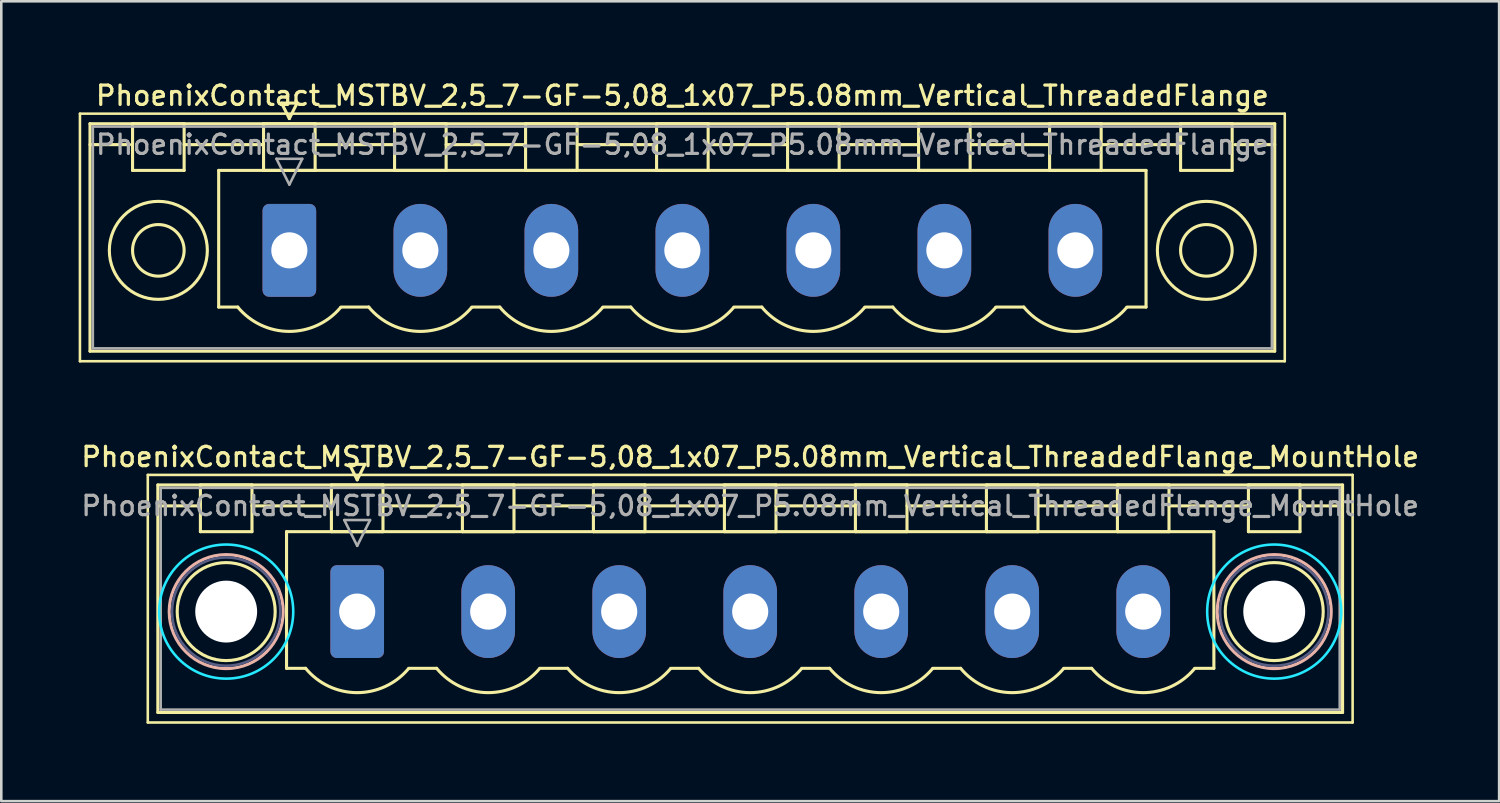
<source format=kicad_pcb>
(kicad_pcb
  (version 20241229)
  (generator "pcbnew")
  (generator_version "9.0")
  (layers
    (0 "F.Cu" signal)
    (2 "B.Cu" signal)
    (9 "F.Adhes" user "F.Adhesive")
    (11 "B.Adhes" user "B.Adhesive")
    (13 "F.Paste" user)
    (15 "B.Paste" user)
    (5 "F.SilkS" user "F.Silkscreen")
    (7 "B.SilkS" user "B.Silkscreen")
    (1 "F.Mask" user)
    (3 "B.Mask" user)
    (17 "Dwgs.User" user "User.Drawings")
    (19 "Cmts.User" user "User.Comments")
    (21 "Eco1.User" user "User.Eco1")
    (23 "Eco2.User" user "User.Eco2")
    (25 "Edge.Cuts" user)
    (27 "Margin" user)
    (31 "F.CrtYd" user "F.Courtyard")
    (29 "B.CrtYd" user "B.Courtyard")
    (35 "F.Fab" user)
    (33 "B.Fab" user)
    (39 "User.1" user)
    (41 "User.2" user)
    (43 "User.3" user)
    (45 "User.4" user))
  (footprint "PhoenixContact_MSTBV_2,5_7-GF-5,08_1x07_P5.08mm_Vertical_ThreadedFlange"
    (layer "F.Cu")
    (at 8.17 6.658)
    (property "Reference" "PhoenixContact_MSTBV_2,5_7-GF-5,08_1x07_P5.08mm_Vertical_ThreadedFlange" (at 15.24 -6 0) (layer "F.SilkS") (effects (font (size 0.75 0.75) (thickness 0.125))))
    (attr through_hole)
    (fp_line (start -8.12 -5.3) (end -8.12 4.3) (stroke (width 0.1) (type solid)) (layer "F.SilkS"))
    (fp_line (start -8.12 4.3) (end 38.6 4.3) (stroke (width 0.1) (type solid)) (layer "F.SilkS"))
    (fp_line (start -7.73 -4.91) (end -7.73 3.91) (stroke (width 0.12) (type solid)) (layer "F.SilkS"))
    (fp_line (start -7.73 -4.1) (end -6.19 -4.1) (stroke (width 0.12) (type solid)) (layer "F.SilkS"))
    (fp_line (start -7.73 3.91) (end 38.21 3.91) (stroke (width 0.12) (type solid)) (layer "F.SilkS"))
    (fp_line (start -6.08 -4.91) (end -4.08 -4.91) (stroke (width 0.12) (type solid)) (layer "F.SilkS"))
    (fp_line (start -6.08 -3.1) (end -6.08 -4.91) (stroke (width 0.12) (type solid)) (layer "F.SilkS"))
    (fp_line (start -4.08 -4.91) (end -4.08 -3.1) (stroke (width 0.12) (type solid)) (layer "F.SilkS"))
    (fp_line (start -4.08 -4.1) (end -1 -4.1) (stroke (width 0.12) (type solid)) (layer "F.SilkS"))
    (fp_line (start -4.08 -3.1) (end -6.08 -3.1) (stroke (width 0.12) (type solid)) (layer "F.SilkS"))
    (fp_line (start -2.74 -3.1) (end 33.22 -3.1) (stroke (width 0.12) (type solid)) (layer "F.SilkS"))
    (fp_line (start -2.74 2.2) (end -2.74 -3.1) (stroke (width 0.12) (type solid)) (layer "F.SilkS"))
    (fp_line (start -2 2.2) (end -2.74 2.2) (stroke (width 0.12) (type solid)) (layer "F.SilkS"))
    (fp_line (start -1 -4.91) (end 1 -4.91) (stroke (width 0.12) (type solid)) (layer "F.SilkS"))
    (fp_line (start -1 -3.1) (end -1 -4.91) (stroke (width 0.12) (type solid)) (layer "F.SilkS"))
    (fp_line (start -0.3 -5.71) (end 0.3 -5.71) (stroke (width 0.12) (type solid)) (layer "F.SilkS"))
    (fp_line (start 0 -5.11) (end -0.3 -5.71) (stroke (width 0.12) (type solid)) (layer "F.SilkS"))
    (fp_line (start 0.3 -5.71) (end 0 -5.11) (stroke (width 0.12) (type solid)) (layer "F.SilkS"))
    (fp_line (start 1 -4.91) (end 1 -3.1) (stroke (width 0.12) (type solid)) (layer "F.SilkS"))
    (fp_line (start 1 -4.1) (end 4.08 -4.1) (stroke (width 0.12) (type solid)) (layer "F.SilkS"))
    (fp_line (start 1 -3.1) (end -1 -3.1) (stroke (width 0.12) (type solid)) (layer "F.SilkS"))
    (fp_line (start 2 2.2) (end 3.08 2.2) (stroke (width 0.12) (type solid)) (layer "F.SilkS"))
    (fp_line (start 4.08 -4.91) (end 6.08 -4.91) (stroke (width 0.12) (type solid)) (layer "F.SilkS"))
    (fp_line (start 4.08 -3.1) (end 4.08 -4.91) (stroke (width 0.12) (type solid)) (layer "F.SilkS"))
    (fp_line (start 6.08 -4.91) (end 6.08 -3.1) (stroke (width 0.12) (type solid)) (layer "F.SilkS"))
    (fp_line (start 6.08 -4.1) (end 9.16 -4.1) (stroke (width 0.12) (type solid)) (layer "F.SilkS"))
    (fp_line (start 6.08 -3.1) (end 4.08 -3.1) (stroke (width 0.12) (type solid)) (layer "F.SilkS"))
    (fp_line (start 7.08 2.2) (end 8.16 2.2) (stroke (width 0.12) (type solid)) (layer "F.SilkS"))
    (fp_line (start 9.16 -4.91) (end 11.16 -4.91) (stroke (width 0.12) (type solid)) (layer "F.SilkS"))
    (fp_line (start 9.16 -3.1) (end 9.16 -4.91) (stroke (width 0.12) (type solid)) (layer "F.SilkS"))
    (fp_line (start 11.16 -4.91) (end 11.16 -3.1) (stroke (width 0.12) (type solid)) (layer "F.SilkS"))
    (fp_line (start 11.16 -4.1) (end 14.24 -4.1) (stroke (width 0.12) (type solid)) (layer "F.SilkS"))
    (fp_line (start 11.16 -3.1) (end 9.16 -3.1) (stroke (width 0.12) (type solid)) (layer "F.SilkS"))
    (fp_line (start 12.16 2.2) (end 13.24 2.2) (stroke (width 0.12) (type solid)) (layer "F.SilkS"))
    (fp_line (start 14.24 -4.91) (end 16.24 -4.91) (stroke (width 0.12) (type solid)) (layer "F.SilkS"))
    (fp_line (start 14.24 -3.1) (end 14.24 -4.91) (stroke (width 0.12) (type solid)) (layer "F.SilkS"))
    (fp_line (start 16.24 -4.91) (end 16.24 -3.1) (stroke (width 0.12) (type solid)) (layer "F.SilkS"))
    (fp_line (start 16.24 -4.1) (end 19.32 -4.1) (stroke (width 0.12) (type solid)) (layer "F.SilkS"))
    (fp_line (start 16.24 -3.1) (end 14.24 -3.1) (stroke (width 0.12) (type solid)) (layer "F.SilkS"))
    (fp_line (start 17.24 2.2) (end 18.32 2.2) (stroke (width 0.12) (type solid)) (layer "F.SilkS"))
    (fp_line (start 19.32 -4.91) (end 21.32 -4.91) (stroke (width 0.12) (type solid)) (layer "F.SilkS"))
    (fp_line (start 19.32 -3.1) (end 19.32 -4.91) (stroke (width 0.12) (type solid)) (layer "F.SilkS"))
    (fp_line (start 21.32 -4.91) (end 21.32 -3.1) (stroke (width 0.12) (type solid)) (layer "F.SilkS"))
    (fp_line (start 21.32 -4.1) (end 24.4 -4.1) (stroke (width 0.12) (type solid)) (layer "F.SilkS"))
    (fp_line (start 21.32 -3.1) (end 19.32 -3.1) (stroke (width 0.12) (type solid)) (layer "F.SilkS"))
    (fp_line (start 22.32 2.2) (end 23.4 2.2) (stroke (width 0.12) (type solid)) (layer "F.SilkS"))
    (fp_line (start 24.4 -4.91) (end 26.4 -4.91) (stroke (width 0.12) (type solid)) (layer "F.SilkS"))
    (fp_line (start 24.4 -3.1) (end 24.4 -4.91) (stroke (width 0.12) (type solid)) (layer "F.SilkS"))
    (fp_line (start 26.4 -4.91) (end 26.4 -3.1) (stroke (width 0.12) (type solid)) (layer "F.SilkS"))
    (fp_line (start 26.4 -4.1) (end 29.48 -4.1) (stroke (width 0.12) (type solid)) (layer "F.SilkS"))
    (fp_line (start 26.4 -3.1) (end 24.4 -3.1) (stroke (width 0.12) (type solid)) (layer "F.SilkS"))
    (fp_line (start 27.4 2.2) (end 28.48 2.2) (stroke (width 0.12) (type solid)) (layer "F.SilkS"))
    (fp_line (start 29.48 -4.91) (end 31.48 -4.91) (stroke (width 0.12) (type solid)) (layer "F.SilkS"))
    (fp_line (start 29.48 -3.1) (end 29.48 -4.91) (stroke (width 0.12) (type solid)) (layer "F.SilkS"))
    (fp_line (start 31.48 -4.91) (end 31.48 -3.1) (stroke (width 0.12) (type solid)) (layer "F.SilkS"))
    (fp_line (start 31.48 -4.1) (end 34.56 -4.1) (stroke (width 0.12) (type solid)) (layer "F.SilkS"))
    (fp_line (start 31.48 -3.1) (end 29.48 -3.1) (stroke (width 0.12) (type solid)) (layer "F.SilkS"))
    (fp_line (start 33.22 -3.1) (end 33.22 2.2) (stroke (width 0.12) (type solid)) (layer "F.SilkS"))
    (fp_line (start 33.22 2.2) (end 32.48 2.2) (stroke (width 0.12) (type solid)) (layer "F.SilkS"))
    (fp_line (start 34.56 -4.91) (end 36.56 -4.91) (stroke (width 0.12) (type solid)) (layer "F.SilkS"))
    (fp_line (start 34.56 -3.1) (end 34.56 -4.91) (stroke (width 0.12) (type solid)) (layer "F.SilkS"))
    (fp_line (start 36.56 -4.91) (end 36.56 -3.1) (stroke (width 0.12) (type solid)) (layer "F.SilkS"))
    (fp_line (start 36.56 -3.1) (end 34.56 -3.1) (stroke (width 0.12) (type solid)) (layer "F.SilkS"))
    (fp_line (start 38.21 -4.91) (end -7.73 -4.91) (stroke (width 0.12) (type solid)) (layer "F.SilkS"))
    (fp_line (start 38.21 -4.1) (end 36.67 -4.1) (stroke (width 0.12) (type solid)) (layer "F.SilkS"))
    (fp_line (start 38.21 3.91) (end 38.21 -4.91) (stroke (width 0.12) (type solid)) (layer "F.SilkS"))
    (fp_line (start 38.6 -5.3) (end -8.12 -5.3) (stroke (width 0.1) (type solid)) (layer "F.SilkS"))
    (fp_line (start 38.6 4.3) (end 38.6 -5.3) (stroke (width 0.1) (type solid)) (layer "F.SilkS"))
    (fp_arc (start 1.986842 2.215821) (mid -0.010289 3.142758) (end -2 2.2) (stroke (width 0.12) (type solid)) (layer "F.SilkS"))
    (fp_arc (start 7.066842 2.215821) (mid 5.069711 3.142758) (end 3.08 2.2) (stroke (width 0.12) (type solid)) (layer "F.SilkS"))
    (fp_arc (start 12.146842 2.215821) (mid 10.149711 3.142758) (end 8.16 2.2) (stroke (width 0.12) (type solid)) (layer "F.SilkS"))
    (fp_arc (start 17.226842 2.215821) (mid 15.229711 3.142758) (end 13.24 2.2) (stroke (width 0.12) (type solid)) (layer "F.SilkS"))
    (fp_arc (start 22.306842 2.215821) (mid 20.309711 3.142758) (end 18.32 2.2) (stroke (width 0.12) (type solid)) (layer "F.SilkS"))
    (fp_arc (start 27.386842 2.215821) (mid 25.389711 3.142758) (end 23.4 2.2) (stroke (width 0.12) (type solid)) (layer "F.SilkS"))
    (fp_arc (start 32.466842 2.215821) (mid 30.469711 3.142758) (end 28.48 2.2) (stroke (width 0.12) (type solid)) (layer "F.SilkS"))
    (fp_circle (center -5.08 0) (end -4.08 0) (stroke (width 0.12) (type solid)) (fill no) (layer "F.SilkS"))
    (fp_circle (center -5.08 0) (end -3.18 0) (stroke (width 0.12) (type solid)) (fill no) (layer "F.SilkS"))
    (fp_circle (center 35.56 0) (end 36.56 0) (stroke (width 0.12) (type solid)) (fill no) (layer "F.SilkS"))
    (fp_circle (center 35.56 0) (end 37.46 0) (stroke (width 0.12) (type solid)) (fill no) (layer "F.SilkS"))
    (fp_line (start -7.62 -4.8) (end -7.62 3.8) (stroke (width 0.1) (type solid)) (layer "F.Fab"))
    (fp_line (start -7.62 3.8) (end 38.1 3.8) (stroke (width 0.1) (type solid)) (layer "F.Fab"))
    (fp_line (start -0.5 -3.55) (end 0.5 -3.55) (stroke (width 0.1) (type solid)) (layer "F.Fab"))
    (fp_line (start 0 -2.55) (end -0.5 -3.55) (stroke (width 0.1) (type solid)) (layer "F.Fab"))
    (fp_line (start 0.5 -3.55) (end 0 -2.55) (stroke (width 0.1) (type solid)) (layer "F.Fab"))
    (fp_line (start 38.1 -4.8) (end -7.62 -4.8) (stroke (width 0.1) (type solid)) (layer "F.Fab"))
    (fp_line (start 38.1 3.8) (end 38.1 -4.8) (stroke (width 0.1) (type solid)) (layer "F.Fab"))
    (fp_text user "${REFERENCE}" (at 15.24 -4.1 0) (layer "F.Fab") (effects (font (size 0.75 0.75) (thickness 0.125))))
    (pad "1" thru_hole roundrect (at 0 0) (size 2.08 3.6) (drill 1.4) (layers "*.Cu" "*.Mask") (roundrect_rratio 0.12))
    (pad "2" thru_hole oval (at 5.08 0) (size 2.08 3.6) (drill 1.4) (layers "*.Cu" "*.Mask"))
    (pad "3" thru_hole oval (at 10.16 0) (size 2.08 3.6) (drill 1.4) (layers "*.Cu" "*.Mask"))
    (pad "4" thru_hole oval (at 15.24 0) (size 2.08 3.6) (drill 1.4) (layers "*.Cu" "*.Mask"))
    (pad "5" thru_hole oval (at 20.32 0) (size 2.08 3.6) (drill 1.4) (layers "*.Cu" "*.Mask"))
    (pad "6" thru_hole oval (at 25.4 0) (size 2.08 3.6) (drill 1.4) (layers "*.Cu" "*.Mask"))
    (pad "7" thru_hole oval (at 30.48 0) (size 2.08 3.6) (drill 1.4) (layers "*.Cu" "*.Mask")))
  (footprint "PhoenixContact_MSTBV_2,5_7-GF-5,08_1x07_P5.08mm_Vertical_ThreadedFlange_MountHole"
    (layer "F.Cu")
    (at 10.801 20.666)
    (property "Reference" "PhoenixContact_MSTBV_2,5_7-GF-5,08_1x07_P5.08mm_Vertical_ThreadedFlange_MountHole" (at 15.24 -6 0) (layer "F.SilkS") (effects (font (size 0.75 0.75) (thickness 0.125))))
    (attr through_hole)
    (fp_line (start -8.12 -5.3) (end -8.12 4.3) (stroke (width 0.1) (type solid)) (layer "F.SilkS"))
    (fp_line (start -8.12 4.3) (end 38.6 4.3) (stroke (width 0.1) (type solid)) (layer "F.SilkS"))
    (fp_line (start -7.73 -4.91) (end -7.73 3.91) (stroke (width 0.12) (type solid)) (layer "F.SilkS"))
    (fp_line (start -7.73 -4.1) (end -6.19 -4.1) (stroke (width 0.12) (type solid)) (layer "F.SilkS"))
    (fp_line (start -7.73 3.91) (end 38.21 3.91) (stroke (width 0.12) (type solid)) (layer "F.SilkS"))
    (fp_line (start -6.08 -4.91) (end -4.08 -4.91) (stroke (width 0.12) (type solid)) (layer "F.SilkS"))
    (fp_line (start -6.08 -3.1) (end -6.08 -4.91) (stroke (width 0.12) (type solid)) (layer "F.SilkS"))
    (fp_line (start -4.08 -4.91) (end -4.08 -3.1) (stroke (width 0.12) (type solid)) (layer "F.SilkS"))
    (fp_line (start -4.08 -4.1) (end -1 -4.1) (stroke (width 0.12) (type solid)) (layer "F.SilkS"))
    (fp_line (start -4.08 -3.1) (end -6.08 -3.1) (stroke (width 0.12) (type solid)) (layer "F.SilkS"))
    (fp_line (start -2.74 -3.1) (end 33.22 -3.1) (stroke (width 0.12) (type solid)) (layer "F.SilkS"))
    (fp_line (start -2.74 2.2) (end -2.74 -3.1) (stroke (width 0.12) (type solid)) (layer "F.SilkS"))
    (fp_line (start -2 2.2) (end -2.74 2.2) (stroke (width 0.12) (type solid)) (layer "F.SilkS"))
    (fp_line (start -1 -4.91) (end 1 -4.91) (stroke (width 0.12) (type solid)) (layer "F.SilkS"))
    (fp_line (start -1 -3.1) (end -1 -4.91) (stroke (width 0.12) (type solid)) (layer "F.SilkS"))
    (fp_line (start -0.3 -5.71) (end 0.3 -5.71) (stroke (width 0.12) (type solid)) (layer "F.SilkS"))
    (fp_line (start 0 -5.11) (end -0.3 -5.71) (stroke (width 0.12) (type solid)) (layer "F.SilkS"))
    (fp_line (start 0.3 -5.71) (end 0 -5.11) (stroke (width 0.12) (type solid)) (layer "F.SilkS"))
    (fp_line (start 1 -4.91) (end 1 -3.1) (stroke (width 0.12) (type solid)) (layer "F.SilkS"))
    (fp_line (start 1 -4.1) (end 4.08 -4.1) (stroke (width 0.12) (type solid)) (layer "F.SilkS"))
    (fp_line (start 1 -3.1) (end -1 -3.1) (stroke (width 0.12) (type solid)) (layer "F.SilkS"))
    (fp_line (start 2 2.2) (end 3.08 2.2) (stroke (width 0.12) (type solid)) (layer "F.SilkS"))
    (fp_line (start 4.08 -4.91) (end 6.08 -4.91) (stroke (width 0.12) (type solid)) (layer "F.SilkS"))
    (fp_line (start 4.08 -3.1) (end 4.08 -4.91) (stroke (width 0.12) (type solid)) (layer "F.SilkS"))
    (fp_line (start 6.08 -4.91) (end 6.08 -3.1) (stroke (width 0.12) (type solid)) (layer "F.SilkS"))
    (fp_line (start 6.08 -4.1) (end 9.16 -4.1) (stroke (width 0.12) (type solid)) (layer "F.SilkS"))
    (fp_line (start 6.08 -3.1) (end 4.08 -3.1) (stroke (width 0.12) (type solid)) (layer "F.SilkS"))
    (fp_line (start 7.08 2.2) (end 8.16 2.2) (stroke (width 0.12) (type solid)) (layer "F.SilkS"))
    (fp_line (start 9.16 -4.91) (end 11.16 -4.91) (stroke (width 0.12) (type solid)) (layer "F.SilkS"))
    (fp_line (start 9.16 -3.1) (end 9.16 -4.91) (stroke (width 0.12) (type solid)) (layer "F.SilkS"))
    (fp_line (start 11.16 -4.91) (end 11.16 -3.1) (stroke (width 0.12) (type solid)) (layer "F.SilkS"))
    (fp_line (start 11.16 -4.1) (end 14.24 -4.1) (stroke (width 0.12) (type solid)) (layer "F.SilkS"))
    (fp_line (start 11.16 -3.1) (end 9.16 -3.1) (stroke (width 0.12) (type solid)) (layer "F.SilkS"))
    (fp_line (start 12.16 2.2) (end 13.24 2.2) (stroke (width 0.12) (type solid)) (layer "F.SilkS"))
    (fp_line (start 14.24 -4.91) (end 16.24 -4.91) (stroke (width 0.12) (type solid)) (layer "F.SilkS"))
    (fp_line (start 14.24 -3.1) (end 14.24 -4.91) (stroke (width 0.12) (type solid)) (layer "F.SilkS"))
    (fp_line (start 16.24 -4.91) (end 16.24 -3.1) (stroke (width 0.12) (type solid)) (layer "F.SilkS"))
    (fp_line (start 16.24 -4.1) (end 19.32 -4.1) (stroke (width 0.12) (type solid)) (layer "F.SilkS"))
    (fp_line (start 16.24 -3.1) (end 14.24 -3.1) (stroke (width 0.12) (type solid)) (layer "F.SilkS"))
    (fp_line (start 17.24 2.2) (end 18.32 2.2) (stroke (width 0.12) (type solid)) (layer "F.SilkS"))
    (fp_line (start 19.32 -4.91) (end 21.32 -4.91) (stroke (width 0.12) (type solid)) (layer "F.SilkS"))
    (fp_line (start 19.32 -3.1) (end 19.32 -4.91) (stroke (width 0.12) (type solid)) (layer "F.SilkS"))
    (fp_line (start 21.32 -4.91) (end 21.32 -3.1) (stroke (width 0.12) (type solid)) (layer "F.SilkS"))
    (fp_line (start 21.32 -4.1) (end 24.4 -4.1) (stroke (width 0.12) (type solid)) (layer "F.SilkS"))
    (fp_line (start 21.32 -3.1) (end 19.32 -3.1) (stroke (width 0.12) (type solid)) (layer "F.SilkS"))
    (fp_line (start 22.32 2.2) (end 23.4 2.2) (stroke (width 0.12) (type solid)) (layer "F.SilkS"))
    (fp_line (start 24.4 -4.91) (end 26.4 -4.91) (stroke (width 0.12) (type solid)) (layer "F.SilkS"))
    (fp_line (start 24.4 -3.1) (end 24.4 -4.91) (stroke (width 0.12) (type solid)) (layer "F.SilkS"))
    (fp_line (start 26.4 -4.91) (end 26.4 -3.1) (stroke (width 0.12) (type solid)) (layer "F.SilkS"))
    (fp_line (start 26.4 -4.1) (end 29.48 -4.1) (stroke (width 0.12) (type solid)) (layer "F.SilkS"))
    (fp_line (start 26.4 -3.1) (end 24.4 -3.1) (stroke (width 0.12) (type solid)) (layer "F.SilkS"))
    (fp_line (start 27.4 2.2) (end 28.48 2.2) (stroke (width 0.12) (type solid)) (layer "F.SilkS"))
    (fp_line (start 29.48 -4.91) (end 31.48 -4.91) (stroke (width 0.12) (type solid)) (layer "F.SilkS"))
    (fp_line (start 29.48 -3.1) (end 29.48 -4.91) (stroke (width 0.12) (type solid)) (layer "F.SilkS"))
    (fp_line (start 31.48 -4.91) (end 31.48 -3.1) (stroke (width 0.12) (type solid)) (layer "F.SilkS"))
    (fp_line (start 31.48 -4.1) (end 34.56 -4.1) (stroke (width 0.12) (type solid)) (layer "F.SilkS"))
    (fp_line (start 31.48 -3.1) (end 29.48 -3.1) (stroke (width 0.12) (type solid)) (layer "F.SilkS"))
    (fp_line (start 33.22 -3.1) (end 33.22 2.2) (stroke (width 0.12) (type solid)) (layer "F.SilkS"))
    (fp_line (start 33.22 2.2) (end 32.48 2.2) (stroke (width 0.12) (type solid)) (layer "F.SilkS"))
    (fp_line (start 34.56 -4.91) (end 36.56 -4.91) (stroke (width 0.12) (type solid)) (layer "F.SilkS"))
    (fp_line (start 34.56 -3.1) (end 34.56 -4.91) (stroke (width 0.12) (type solid)) (layer "F.SilkS"))
    (fp_line (start 36.56 -4.91) (end 36.56 -3.1) (stroke (width 0.12) (type solid)) (layer "F.SilkS"))
    (fp_line (start 36.56 -3.1) (end 34.56 -3.1) (stroke (width 0.12) (type solid)) (layer "F.SilkS"))
    (fp_line (start 38.21 -4.91) (end -7.73 -4.91) (stroke (width 0.12) (type solid)) (layer "F.SilkS"))
    (fp_line (start 38.21 -4.1) (end 36.67 -4.1) (stroke (width 0.12) (type solid)) (layer "F.SilkS"))
    (fp_line (start 38.21 3.91) (end 38.21 -4.91) (stroke (width 0.12) (type solid)) (layer "F.SilkS"))
    (fp_line (start 38.6 -5.3) (end -8.12 -5.3) (stroke (width 0.1) (type solid)) (layer "F.SilkS"))
    (fp_line (start 38.6 4.3) (end 38.6 -5.3) (stroke (width 0.1) (type solid)) (layer "F.SilkS"))
    (fp_arc (start 1.986842 2.215821) (mid -0.010289 3.142758) (end -2 2.2) (stroke (width 0.12) (type solid)) (layer "F.SilkS"))
    (fp_arc (start 7.066842 2.215821) (mid 5.069711 3.142758) (end 3.08 2.2) (stroke (width 0.12) (type solid)) (layer "F.SilkS"))
    (fp_arc (start 12.146842 2.215821) (mid 10.149711 3.142758) (end 8.16 2.2) (stroke (width 0.12) (type solid)) (layer "F.SilkS"))
    (fp_arc (start 17.226842 2.215821) (mid 15.229711 3.142758) (end 13.24 2.2) (stroke (width 0.12) (type solid)) (layer "F.SilkS"))
    (fp_arc (start 22.306842 2.215821) (mid 20.309711 3.142758) (end 18.32 2.2) (stroke (width 0.12) (type solid)) (layer "F.SilkS"))
    (fp_arc (start 27.386842 2.215821) (mid 25.389711 3.142758) (end 23.4 2.2) (stroke (width 0.12) (type solid)) (layer "F.SilkS"))
    (fp_arc (start 32.466842 2.215821) (mid 30.469711 3.142758) (end 28.48 2.2) (stroke (width 0.12) (type solid)) (layer "F.SilkS"))
    (fp_circle (center -5.08 0) (end -3.18 0) (stroke (width 0.12) (type solid)) (fill no) (layer "F.SilkS"))
    (fp_circle (center 35.56 0) (end 37.46 0) (stroke (width 0.12) (type solid)) (fill no) (layer "F.SilkS"))
    (fp_circle (center -5.08 0) (end -2.87 0) (stroke (width 0.12) (type solid)) (fill no) (layer "B.SilkS"))
    (fp_circle (center 35.56 0) (end 37.77 0) (stroke (width 0.12) (type solid)) (fill no) (layer "B.SilkS"))
    (fp_circle (center -5.08 0) (end -2.48 0) (stroke (width 0.1) (type solid)) (fill no) (layer "B.CrtYd"))
    (fp_circle (center 35.56 0) (end 38.16 0) (stroke (width 0.1) (type solid)) (fill no) (layer "B.CrtYd"))
    (fp_circle (center -5.08 0) (end -2.98 0) (stroke (width 0.1) (type solid)) (fill no) (layer "B.Fab"))
    (fp_circle (center 35.56 0) (end 37.66 0) (stroke (width 0.1) (type solid)) (fill no) (layer "B.Fab"))
    (fp_line (start -7.62 -4.8) (end -7.62 3.8) (stroke (width 0.1) (type solid)) (layer "F.Fab"))
    (fp_line (start -7.62 3.8) (end 38.1 3.8) (stroke (width 0.1) (type solid)) (layer "F.Fab"))
    (fp_line (start -0.5 -3.55) (end 0.5 -3.55) (stroke (width 0.1) (type solid)) (layer "F.Fab"))
    (fp_line (start 0 -2.55) (end -0.5 -3.55) (stroke (width 0.1) (type solid)) (layer "F.Fab"))
    (fp_line (start 0.5 -3.55) (end 0 -2.55) (stroke (width 0.1) (type solid)) (layer "F.Fab"))
    (fp_line (start 38.1 -4.8) (end -7.62 -4.8) (stroke (width 0.1) (type solid)) (layer "F.Fab"))
    (fp_line (start 38.1 3.8) (end 38.1 -4.8) (stroke (width 0.1) (type solid)) (layer "F.Fab"))
    (fp_text user "${REFERENCE}" (at 15.24 -4.1 0) (layer "F.Fab") (effects (font (size 0.75 0.75) (thickness 0.125))))
    (pad "" np_thru_hole circle (at -5.08 0) (size 2.4 2.4) (drill 2.4) (layers "*.Cu" "*.Mask"))
    (pad "" np_thru_hole circle (at 35.56 0) (size 2.4 2.4) (drill 2.4) (layers "*.Cu" "*.Mask"))
    (pad "1" thru_hole roundrect (at 0 0) (size 2.08 3.6) (drill 1.4) (layers "*.Cu" "*.Mask") (roundrect_rratio 0.12))
    (pad "2" thru_hole oval (at 5.08 0) (size 2.08 3.6) (drill 1.4) (layers "*.Cu" "*.Mask"))
    (pad "3" thru_hole oval (at 10.16 0) (size 2.08 3.6) (drill 1.4) (layers "*.Cu" "*.Mask"))
    (pad "4" thru_hole oval (at 15.24 0) (size 2.08 3.6) (drill 1.4) (layers "*.Cu" "*.Mask"))
    (pad "5" thru_hole oval (at 20.32 0) (size 2.08 3.6) (drill 1.4) (layers "*.Cu" "*.Mask"))
    (pad "6" thru_hole oval (at 25.4 0) (size 2.08 3.6) (drill 1.4) (layers "*.Cu" "*.Mask"))
    (pad "7" thru_hole oval (at 30.48 0) (size 2.08 3.6) (drill 1.4) (layers "*.Cu" "*.Mask")))
  (gr_rect
    (start -3 -3)
    (end 55.082 28.016)
    (stroke (width 0.1) (type default))
    (fill no)
    (layer "Edge.Cuts")))
</source>
